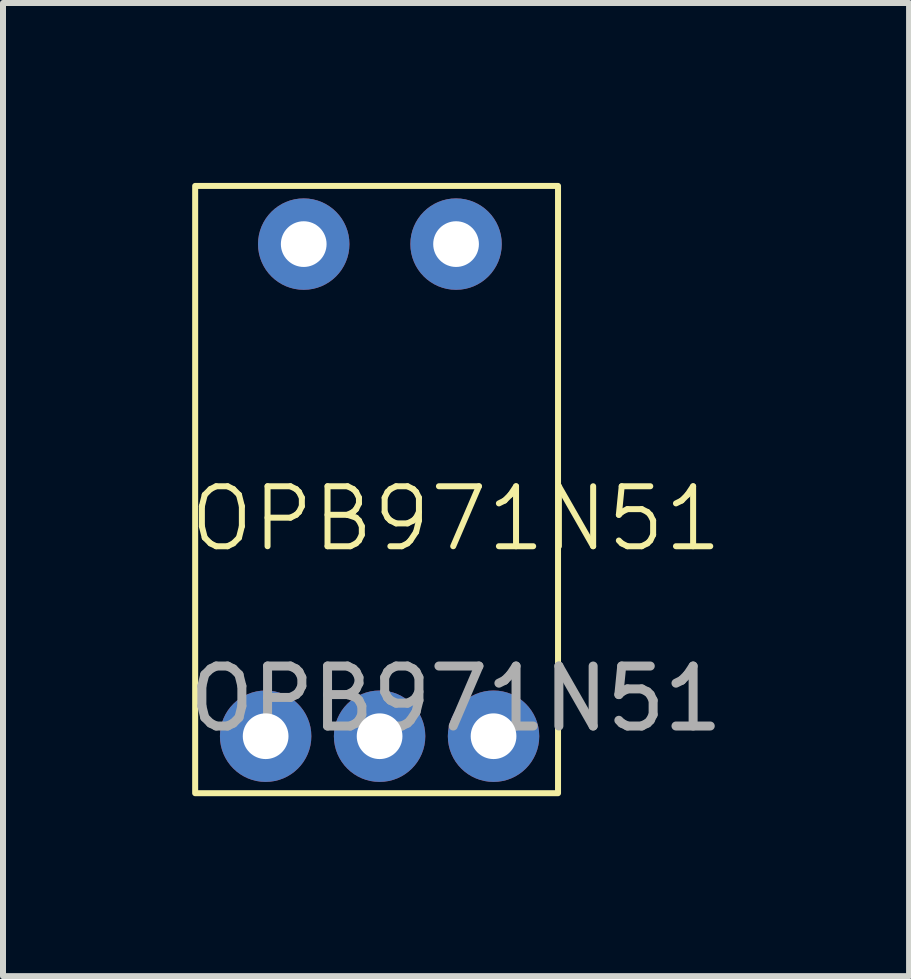
<source format=kicad_pcb>
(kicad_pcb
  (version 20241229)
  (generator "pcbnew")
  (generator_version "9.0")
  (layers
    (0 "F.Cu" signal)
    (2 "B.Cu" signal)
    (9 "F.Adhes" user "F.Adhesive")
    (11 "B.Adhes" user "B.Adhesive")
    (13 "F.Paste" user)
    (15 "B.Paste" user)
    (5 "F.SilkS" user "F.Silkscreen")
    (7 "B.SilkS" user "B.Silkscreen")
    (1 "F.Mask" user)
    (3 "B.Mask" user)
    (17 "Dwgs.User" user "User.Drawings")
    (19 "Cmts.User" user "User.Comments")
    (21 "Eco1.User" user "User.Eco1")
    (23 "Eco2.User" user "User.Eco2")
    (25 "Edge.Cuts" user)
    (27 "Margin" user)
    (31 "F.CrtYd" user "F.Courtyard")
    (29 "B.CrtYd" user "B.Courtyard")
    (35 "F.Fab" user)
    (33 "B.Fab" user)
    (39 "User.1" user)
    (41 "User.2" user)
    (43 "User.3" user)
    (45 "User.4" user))
  (footprint "OPB971N51"
    (layer "F.Cu")
    (at 4.554 6.1)
    (property "Reference" "OPB971N51" (at 0 -0.5 0) (unlocked yes) (layer "F.SilkS") (effects (font (size 1 1) (thickness 0.1))))
    (attr through_hole)
    (fp_rect (start -4.35 -6.05) (end 1.7 4.075) (stroke (width 0.1) (type default)) (fill no) (layer "F.SilkS"))
    (fp_text user "${REFERENCE}" (at 0 2.5 0) (unlocked yes) (layer "F.Fab") (effects (font (size 1 1) (thickness 0.15))))
    (pad "1" thru_hole circle (at 0 -5.08) (size 1.524 1.524) (drill 0.762) (layers "*.Cu" "*.Mask"))
    (pad "2" thru_hole circle (at -2.54 -5.08) (size 1.524 1.524) (drill 0.762) (layers "*.Cu" "*.Mask"))
    (pad "3" thru_hole circle (at -3.175 3.125) (size 1.524 1.524) (drill 0.762) (layers "*.Cu" "*.Mask"))
    (pad "4" thru_hole circle (at -1.275 3.125) (size 1.524 1.524) (drill 0.762) (layers "*.Cu" "*.Mask"))
    (pad "5" thru_hole circle (at 0.625 3.125) (size 1.524 1.524) (drill 0.762) (layers "*.Cu" "*.Mask")))
  (gr_rect
    (start -3 -3)
    (end 12.107 13.225)
    (stroke (width 0.1) (type default))
    (fill no)
    (layer "Edge.Cuts")))
</source>
